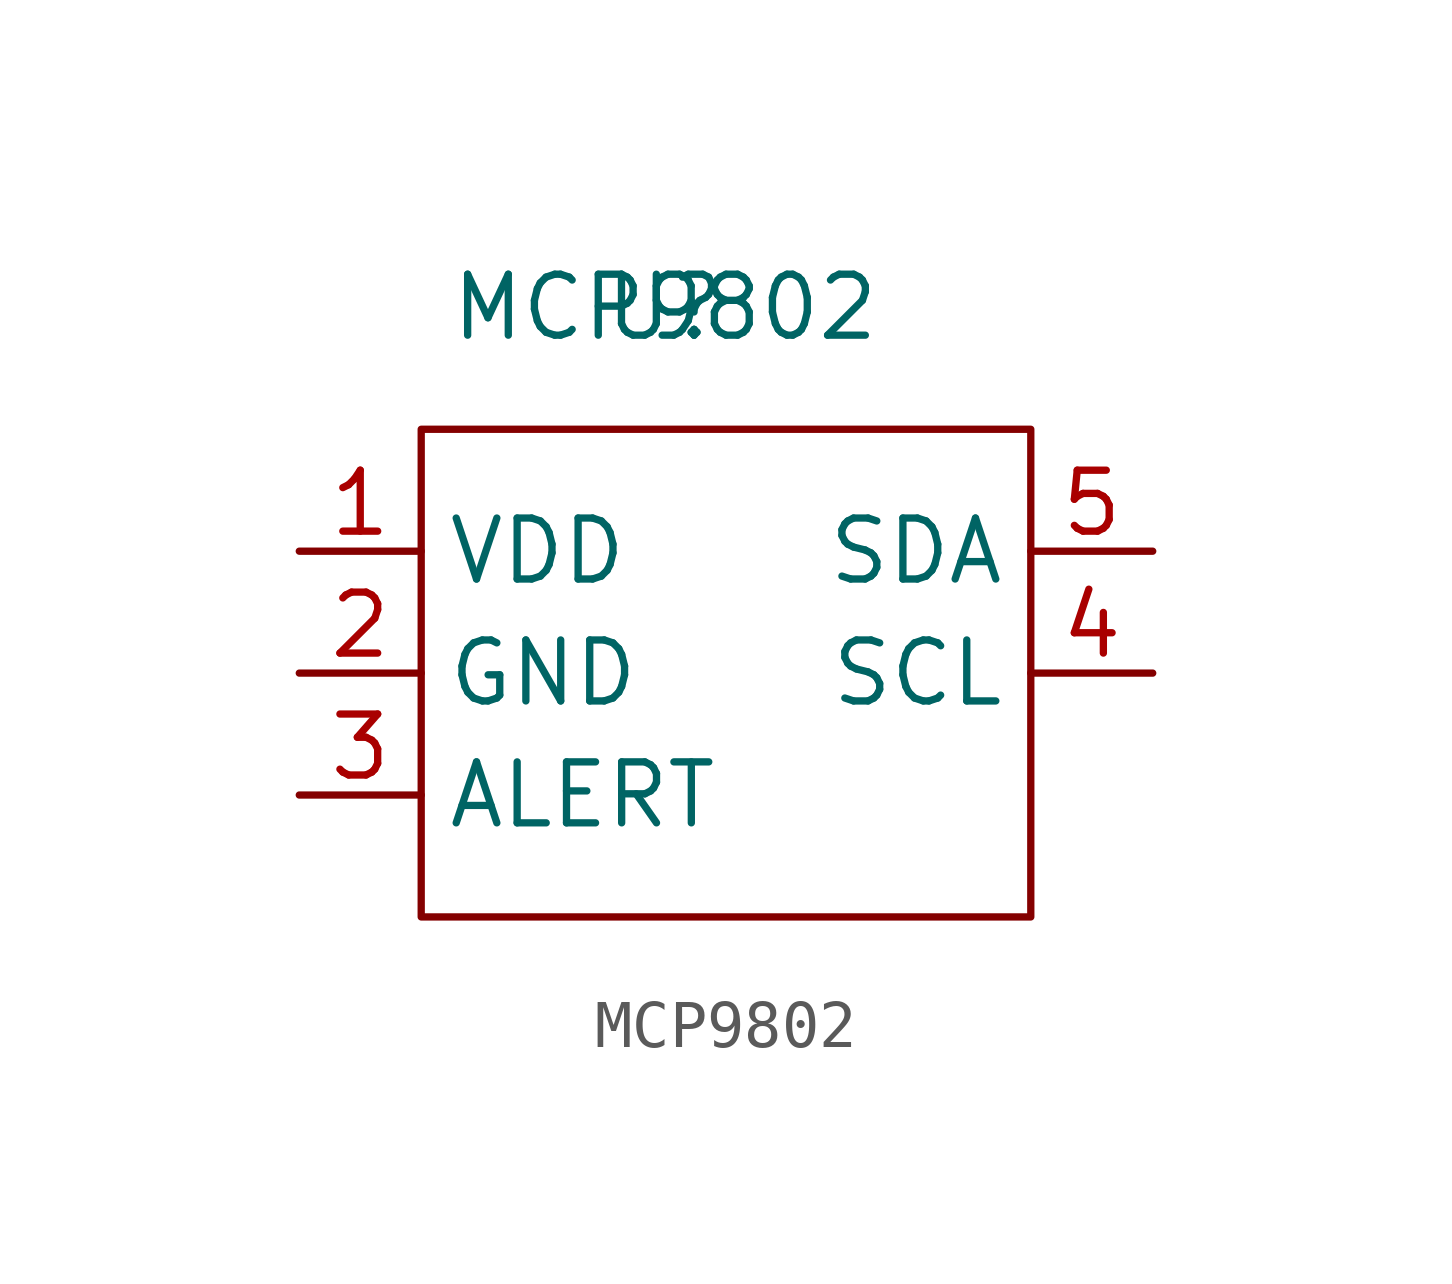
<source format=kicad_sym>
(kicad_symbol_lib
  (version 20211014)
  (generator kicad_symbol_editor)
  (symbol "MCP9802"
    (property "Reference" "U"
      (at -1.27 10.16 0)
      (effects (font (size 1.27 1.27))))
    (property "Value" "MCP9802"
      (at -1.27 10.16 0)
      (effects (font (size 1.27 1.27))))
    (symbol "MCP9802_0_1"
      (rectangle (start -6.35 7.62) (end 6.35 -2.54) (stroke (width 0.152) (type default) (color 0 0 0 0)) (fill (type none))))
    (symbol "MCP9802_1_1"
      (pin input line (at -8.89 5.08 0) (length 2.54) (name "VDD" (effects (font (size 1.27 1.27)))) (number "1" (effects (font (size 1.27 1.27)))))
      (pin input line (at -8.89 2.54 0) (length 2.54) (name "GND" (effects (font (size 1.27 1.27)))) (number "2" (effects (font (size 1.27 1.27)))))
      (pin input line (at -8.89 0 0) (length 2.54) (name "ALERT" (effects (font (size 1.27 1.27)))) (number "3" (effects (font (size 1.27 1.27)))))
      (pin input line (at 8.89 2.54 180) (length 2.54) (name "SCL" (effects (font (size 1.27 1.27)))) (number "4" (effects (font (size 1.27 1.27)))))
      (pin input line (at 8.89 5.08 180) (length 2.54) (name "SDA" (effects (font (size 1.27 1.27)))) (number "5" (effects (font (size 1.27 1.27))))))))
</source>
